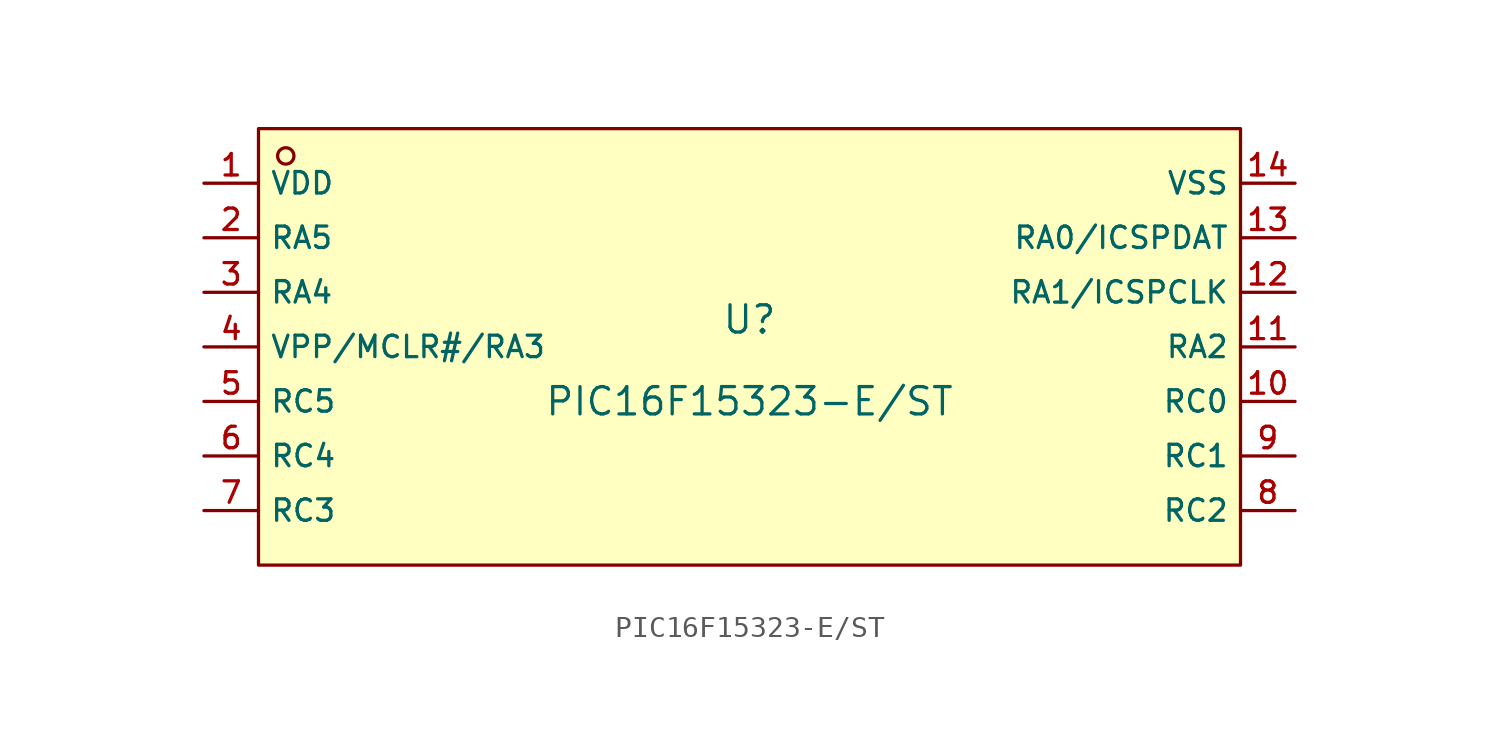
<source format=kicad_sym>
(kicad_symbol_lib
  (version 20231120)
  (generator "CDFER_Archive_Tool")
  (generator_version "0.0")
  (symbol "PIC16F15323-E/ST"
    (property "Reference" "U"
      (at 0 1.27 0)
      (effects (font (size 1.27 1.27))))
    (property "Value" "PIC16F15323-E/ST"
      (at 0 -2.54 0)
      (effects (font (size 1.27 1.27))))
    (symbol "PIC16F15323-E/ST_0_1"
      (rectangle (start -22.86 10.16) (end 22.86 -10.16) (stroke (width 0) (type default)) (fill (type background)))
      (circle (center -21.59 8.89) (radius 0.381) (stroke (width 0) (type default)) (fill (type background)))
      (pin unspecified line (at -25.4 7.62 0) (length 2.54) (name "VDD" (effects (font (size 1 1)))) (number "1" (effects (font (size 1 1)))))
      (pin unspecified line (at 25.4 -2.54 180) (length 2.54) (name "RC0" (effects (font (size 1 1)))) (number "10" (effects (font (size 1 1)))))
      (pin unspecified line (at 25.4 0 180) (length 2.54) (name "RA2" (effects (font (size 1 1)))) (number "11" (effects (font (size 1 1)))))
      (pin unspecified line (at 25.4 2.54 180) (length 2.54) (name "RA1/ICSPCLK" (effects (font (size 1 1)))) (number "12" (effects (font (size 1 1)))))
      (pin unspecified line (at 25.4 5.08 180) (length 2.54) (name "RA0/ICSPDAT" (effects (font (size 1 1)))) (number "13" (effects (font (size 1 1)))))
      (pin unspecified line (at 25.4 7.62 180) (length 2.54) (name "VSS" (effects (font (size 1 1)))) (number "14" (effects (font (size 1 1)))))
      (pin unspecified line (at -25.4 5.08 0) (length 2.54) (name "RA5" (effects (font (size 1 1)))) (number "2" (effects (font (size 1 1)))))
      (pin unspecified line (at -25.4 2.54 0) (length 2.54) (name "RA4" (effects (font (size 1 1)))) (number "3" (effects (font (size 1 1)))))
      (pin unspecified line (at -25.4 0 0) (length 2.54) (name "VPP/MCLR#/RA3" (effects (font (size 1 1)))) (number "4" (effects (font (size 1 1)))))
      (pin unspecified line (at -25.4 -2.54 0) (length 2.54) (name "RC5" (effects (font (size 1 1)))) (number "5" (effects (font (size 1 1)))))
      (pin unspecified line (at -25.4 -5.08 0) (length 2.54) (name "RC4" (effects (font (size 1 1)))) (number "6" (effects (font (size 1 1)))))
      (pin unspecified line (at -25.4 -7.62 0) (length 2.54) (name "RC3" (effects (font (size 1 1)))) (number "7" (effects (font (size 1 1)))))
      (pin unspecified line (at 25.4 -7.62 180) (length 2.54) (name "RC2" (effects (font (size 1 1)))) (number "8" (effects (font (size 1 1)))))
      (pin unspecified line (at 25.4 -5.08 180) (length 2.54) (name "RC1" (effects (font (size 1 1)))) (number "9" (effects (font (size 1 1))))))))
</source>
